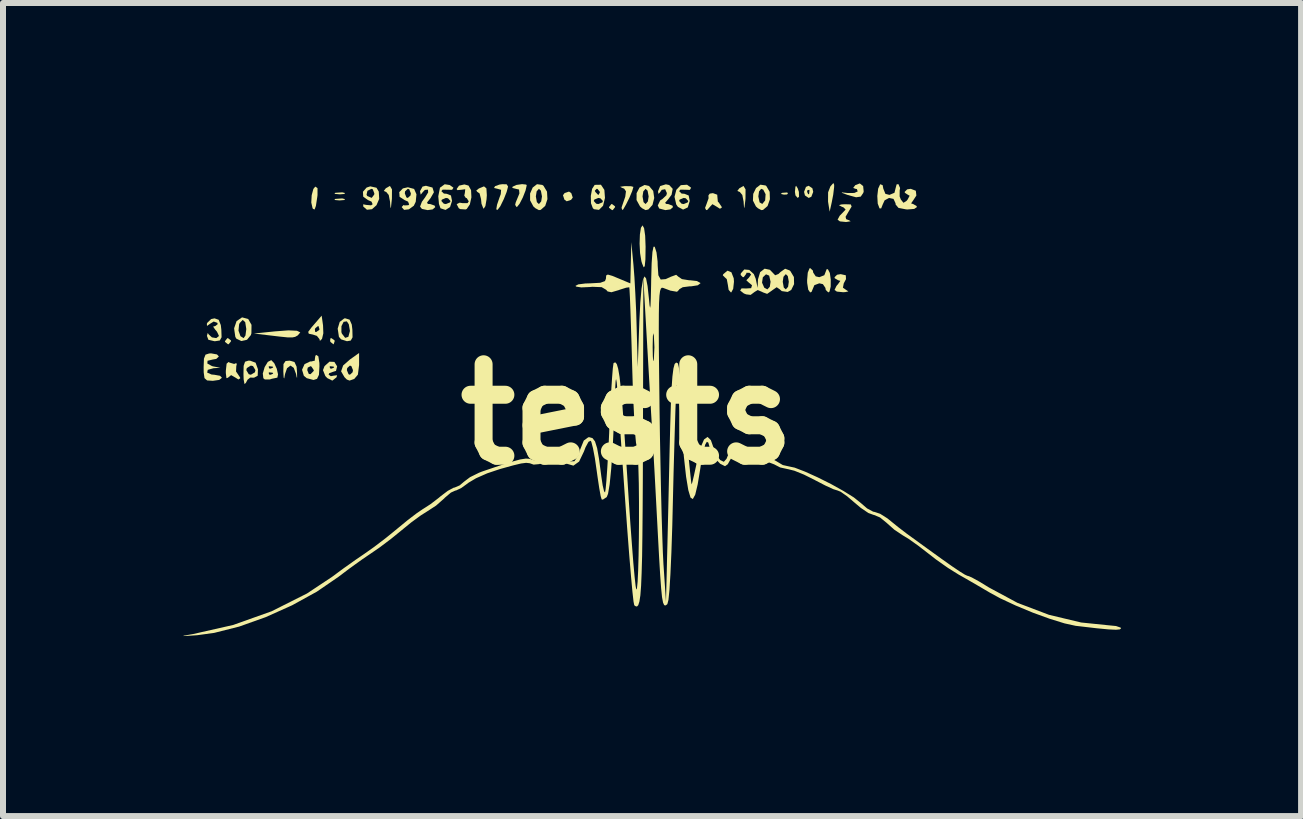
<source format=kicad_pcb>
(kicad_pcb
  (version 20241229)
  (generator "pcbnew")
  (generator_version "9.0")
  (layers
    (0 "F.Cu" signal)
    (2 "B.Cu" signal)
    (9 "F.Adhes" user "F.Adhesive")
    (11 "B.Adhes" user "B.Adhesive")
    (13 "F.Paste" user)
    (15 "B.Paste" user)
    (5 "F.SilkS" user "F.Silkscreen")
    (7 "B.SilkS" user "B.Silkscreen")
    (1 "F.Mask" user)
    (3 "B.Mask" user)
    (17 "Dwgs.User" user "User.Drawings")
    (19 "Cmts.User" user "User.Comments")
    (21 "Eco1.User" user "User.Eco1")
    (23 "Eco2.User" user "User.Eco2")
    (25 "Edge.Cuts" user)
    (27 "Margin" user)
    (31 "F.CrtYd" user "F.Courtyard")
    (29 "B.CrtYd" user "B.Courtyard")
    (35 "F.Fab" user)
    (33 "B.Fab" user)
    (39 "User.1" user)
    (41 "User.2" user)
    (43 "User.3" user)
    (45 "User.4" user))
  (footprint "tests"
    (layer "F.Cu")
    (at 7.405 3.856)
    (property "Reference" "tests" (at 0 0 0) (layer "F.SilkS") (effects (font (size 1.524 1.524) (thickness 0.3))))
    (attr board_only exclude_from_pos_files exclude_from_bom)
    (fp_poly (pts (xy 0.268 -2.257) (xy 0.268 -2.256) (xy 0.268 -2.261)) (stroke (width 0) (type solid)) (fill yes) (layer "F.SilkS"))
    (fp_poly (pts (xy 2.679 -3.688) (xy 2.663 -3.665) (xy 2.612 -3.662) (xy 2.558 -3.674) (xy 2.581 -3.692) (xy 2.661 -3.698)) (stroke (width 0) (type solid)) (fill yes) (layer "F.SilkS"))
    (fp_poly (pts (xy -6.605 -1.231) (xy -6.604 -1.219) (xy -6.643 -1.17) (xy -6.655 -1.168) (xy -6.704 -1.207) (xy -6.706 -1.219) (xy -6.667 -1.269) (xy -6.655 -1.27)) (stroke (width 0) (type solid)) (fill yes) (layer "F.SilkS"))
    (fp_poly (pts (xy -4.879 -1.233) (xy -4.877 -1.219) (xy -4.894 -1.17) (xy -4.899 -1.168) (xy -4.943 -1.204) (xy -4.953 -1.219) (xy -4.949 -1.266) (xy -4.931 -1.27)) (stroke (width 0) (type solid)) (fill yes) (layer "F.SilkS"))
    (fp_poly (pts (xy -4.711 -3.691) (xy -4.709 -3.674) (xy -4.789 -3.667) (xy -4.801 -3.668) (xy -4.879 -3.675) (xy -4.872 -3.69) (xy -4.863 -3.693) (xy -4.752 -3.7)) (stroke (width 0) (type solid)) (fill yes) (layer "F.SilkS"))
    (fp_poly (pts (xy -4.711 -3.589) (xy -4.709 -3.573) (xy -4.789 -3.566) (xy -4.801 -3.566) (xy -4.879 -3.573) (xy -4.872 -3.589) (xy -4.863 -3.591) (xy -4.752 -3.599)) (stroke (width 0) (type solid)) (fill yes) (layer "F.SilkS"))
    (fp_poly (pts (xy -0.933 -3.686) (xy -0.909 -3.613) (xy -0.937 -3.575) (xy -1.01 -3.551) (xy -1.048 -3.579) (xy -1.072 -3.652) (xy -1.044 -3.689) (xy -0.971 -3.713)) (stroke (width 0) (type solid)) (fill yes) (layer "F.SilkS"))
    (fp_poly (pts (xy -0.205 -3.467) (xy -0.203 -3.454) (xy -0.242 -3.405) (xy -0.254 -3.404) (xy -0.303 -3.442) (xy -0.305 -3.454) (xy -0.266 -3.504) (xy -0.254 -3.505)) (stroke (width 0) (type solid)) (fill yes) (layer "F.SilkS"))
    (fp_poly (pts (xy 2.84 -3.768) (xy 2.86 -3.708) (xy 2.862 -3.627) (xy 2.84 -3.607) (xy 2.803 -3.649) (xy 2.794 -3.708) (xy 2.802 -3.791) (xy 2.813 -3.81)) (stroke (width 0) (type solid)) (fill yes) (layer "F.SilkS"))
    (fp_poly (pts (xy 3.448 -3.825) (xy 3.447 -3.785) (xy 3.432 -3.66) (xy 3.407 -3.531) (xy 3.373 -3.378) (xy 3.346 -3.545) (xy 3.347 -3.701) (xy 3.385 -3.799) (xy 3.435 -3.856)) (stroke (width 0) (type solid)) (fill yes) (layer "F.SilkS"))
    (fp_poly (pts (xy -5.163 -3.77) (xy -5.163 -3.655) (xy -5.167 -3.622) (xy -5.19 -3.474) (xy -5.212 -3.414) (xy -5.239 -3.426) (xy -5.246 -3.438) (xy -5.267 -3.531) (xy -5.26 -3.653) (xy -5.232 -3.757) (xy -5.2 -3.796)) (stroke (width 0) (type solid)) (fill yes) (layer "F.SilkS"))
    (fp_poly (pts (xy -5.505 -1.393) (xy -5.45 -1.366) (xy -5.49 -1.318) (xy -5.494 -1.315) (xy -5.535 -1.292) (xy -5.583 -1.282) (xy -5.664 -1.283) (xy -5.801 -1.297) (xy -5.969 -1.317) (xy -6.223 -1.347) (xy -5.873 -1.383) (xy -5.647 -1.4)) (stroke (width 0) (type solid)) (fill yes) (layer "F.SilkS"))
    (fp_poly (pts (xy -3.922 -3.75) (xy -3.923 -3.599) (xy -3.925 -3.574) (xy -3.938 -3.456) (xy -3.946 -3.436) (xy -3.952 -3.508) (xy -3.954 -3.543) (xy -3.976 -3.656) (xy -4.019 -3.708) (xy -4.023 -3.708) (xy -4.058 -3.724) (xy -4.024 -3.769) (xy -3.956 -3.807)) (stroke (width 0) (type solid)) (fill yes) (layer "F.SilkS"))
    (fp_poly (pts (xy -2.348 -3.766) (xy -2.341 -3.652) (xy -2.346 -3.582) (xy -2.365 -3.471) (xy -2.392 -3.429) (xy -2.4 -3.433) (xy -2.43 -3.51) (xy -2.438 -3.59) (xy -2.462 -3.682) (xy -2.502 -3.71) (xy -2.517 -3.731) (xy -2.473 -3.765) (xy -2.388 -3.8)) (stroke (width 0) (type solid)) (fill yes) (layer "F.SilkS"))
    (fp_poly (pts (xy 1.735 -2.368) (xy 1.774 -2.268) (xy 1.778 -2.21) (xy 1.765 -2.092) (xy 1.734 -2.034) (xy 1.727 -2.032) (xy 1.689 -2.075) (xy 1.676 -2.159) (xy 1.658 -2.254) (xy 1.623 -2.286) (xy 1.592 -2.317) (xy 1.6 -2.337) (xy 1.67 -2.395)) (stroke (width 0) (type solid)) (fill yes) (layer "F.SilkS"))
    (fp_poly (pts (xy 1.971 -3.75) (xy 1.97 -3.599) (xy 1.968 -3.574) (xy 1.954 -3.456) (xy 1.947 -3.436) (xy 1.941 -3.508) (xy 1.939 -3.543) (xy 1.917 -3.656) (xy 1.874 -3.708) (xy 1.869 -3.708) (xy 1.834 -3.724) (xy 1.869 -3.769) (xy 1.937 -3.807)) (stroke (width 0) (type solid)) (fill yes) (layer "F.SilkS"))
    (fp_poly (pts (xy 0.28 -3.103) (xy 0.298 -2.977) (xy 0.305 -2.794) (xy 0.305 -2.794) (xy 0.302 -2.583) (xy 0.291 -2.47) (xy 0.273 -2.45) (xy 0.245 -2.519) (xy 0.235 -2.553) (xy 0.213 -2.687) (xy 0.205 -2.846) (xy 0.21 -2.997) (xy 0.227 -3.109) (xy 0.254 -3.15)) (stroke (width 0) (type solid)) (fill yes) (layer "F.SilkS"))
    (fp_poly (pts (xy -5.547 -0.872) (xy -5.512 -0.796) (xy -5.505 -0.711) (xy -5.503 -0.614) (xy -5.51 -0.615) (xy -5.521 -0.673) (xy -5.559 -0.775) (xy -5.613 -0.813) (xy -5.671 -0.769) (xy -5.704 -0.673) (xy -5.718 -0.598) (xy -5.727 -0.614) (xy -5.733 -0.717) (xy -5.73 -0.839) (xy -5.695 -0.889) (xy -5.626 -0.895)) (stroke (width 0) (type solid)) (fill yes) (layer "F.SilkS"))
    (fp_poly (pts (xy -2.01 -3.834) (xy -1.987 -3.797) (xy -2.011 -3.706) (xy -2.058 -3.588) (xy -2.116 -3.469) (xy -2.162 -3.408) (xy -2.184 -3.416) (xy -2.171 -3.493) (xy -2.128 -3.62) (xy -2.109 -3.67) (xy -2.103 -3.742) (xy -2.162 -3.759) (xy -2.221 -3.773) (xy -2.204 -3.803) (xy -2.129 -3.83) (xy -2.082 -3.836)) (stroke (width 0) (type solid)) (fill yes) (layer "F.SilkS"))
    (fp_poly (pts (xy 0.063 -3.802) (xy 0.102 -3.791) (xy 0.082 -3.722) (xy 0.036 -3.612) (xy -0.02 -3.499) (xy -0.066 -3.419) (xy -0.082 -3.404) (xy -0.096 -3.441) (xy -0.089 -3.467) (xy -0.034 -3.627) (xy -0.022 -3.717) (xy -0.052 -3.762) (xy -0.087 -3.775) (xy -0.119 -3.793) (xy -0.053 -3.803) (xy -0.038 -3.804)) (stroke (width 0) (type solid)) (fill yes) (layer "F.SilkS"))
    (fp_poly (pts (xy 3.085 -3.768) (xy 3.099 -3.708) (xy 3.067 -3.626) (xy 3.023 -3.607) (xy 2.961 -3.649) (xy 2.946 -3.708) (xy 2.997 -3.708) (xy 3.016 -3.667) (xy 3.031 -3.675) (xy 3.037 -3.735) (xy 3.031 -3.742) (xy 3.001 -3.735) (xy 2.997 -3.708) (xy 2.946 -3.708) (xy 2.978 -3.791) (xy 3.023 -3.81)) (stroke (width 0) (type solid)) (fill yes) (layer "F.SilkS"))
    (fp_poly (pts (xy -1.686 -3.83) (xy -1.676 -3.818) (xy -1.696 -3.73) (xy -1.741 -3.615) (xy -1.795 -3.51) (xy -1.839 -3.456) (xy -1.844 -3.454) (xy -1.869 -3.491) (xy -1.86 -3.531) (xy -1.811 -3.65) (xy -1.798 -3.683) (xy -1.804 -3.747) (xy -1.857 -3.759) (xy -1.916 -3.774) (xy -1.912 -3.794) (xy -1.846 -3.824) (xy -1.754 -3.837)) (stroke (width 0) (type solid)) (fill yes) (layer "F.SilkS"))
    (fp_poly (pts (xy 3.931 -3.805) (xy 3.94 -3.714) (xy 3.933 -3.691) (xy 3.891 -3.629) (xy 3.813 -3.618) (xy 3.675 -3.656) (xy 3.658 -3.662) (xy 3.573 -3.693) (xy 3.582 -3.699) (xy 3.672 -3.689) (xy 3.783 -3.69) (xy 3.84 -3.715) (xy 3.827 -3.755) (xy 3.803 -3.759) (xy 3.765 -3.774) (xy 3.8 -3.82) (xy 3.875 -3.849)) (stroke (width 0) (type solid)) (fill yes) (layer "F.SilkS"))
    (fp_poly (pts (xy 3.642 -2.318) (xy 3.645 -2.253) (xy 3.608 -2.184) (xy 3.594 -2.111) (xy 3.647 -2.074) (xy 3.685 -2.049) (xy 3.629 -2.037) (xy 3.594 -2.036) (xy 3.493 -2.046) (xy 3.454 -2.073) (xy 3.486 -2.14) (xy 3.515 -2.174) (xy 3.551 -2.225) (xy 3.515 -2.235) (xy 3.458 -2.268) (xy 3.454 -2.286) (xy 3.497 -2.327) (xy 3.556 -2.337)) (stroke (width 0) (type solid)) (fill yes) (layer "F.SilkS"))
    (fp_poly (pts (xy -6.627 -0.862) (xy -6.552 -0.84) (xy -6.528 -0.851) (xy -6.507 -0.846) (xy -6.517 -0.802) (xy -6.521 -0.714) (xy -6.5 -0.684) (xy -6.453 -0.614) (xy -6.452 -0.6) (xy -6.481 -0.581) (xy -6.532 -0.613) (xy -6.603 -0.654) (xy -6.651 -0.615) (xy -6.654 -0.611) (xy -6.681 -0.603) (xy -6.691 -0.689) (xy -6.691 -0.727) (xy -6.678 -0.845) (xy -6.645 -0.873)) (stroke (width 0) (type solid)) (fill yes) (layer "F.SilkS"))
    (fp_poly (pts (xy 1.499 -3.661) (xy 1.502 -3.623) (xy 1.509 -3.546) (xy 1.526 -3.529) (xy 1.573 -3.459) (xy 1.575 -3.445) (xy 1.544 -3.427) (xy 1.49 -3.461) (xy 1.419 -3.503) (xy 1.385 -3.467) (xy 1.385 -3.467) (xy 1.334 -3.408) (xy 1.315 -3.404) (xy 1.296 -3.44) (xy 1.321 -3.506) (xy 1.355 -3.602) (xy 1.352 -3.648) (xy 1.374 -3.679) (xy 1.427 -3.687)) (stroke (width 0) (type solid)) (fill yes) (layer "F.SilkS"))
    (fp_poly (pts (xy 3.725 -3.499) (xy 3.739 -3.464) (xy 3.69 -3.382) (xy 3.638 -3.293) (xy 3.648 -3.253) (xy 3.697 -3.235) (xy 3.723 -3.218) (xy 3.655 -3.207) (xy 3.645 -3.206) (xy 3.544 -3.216) (xy 3.505 -3.245) (xy 3.54 -3.31) (xy 3.586 -3.357) (xy 3.639 -3.413) (xy 3.604 -3.449) (xy 3.574 -3.461) (xy 3.527 -3.487) (xy 3.571 -3.499) (xy 3.625 -3.502)) (stroke (width 0) (type solid)) (fill yes) (layer "F.SilkS"))
    (fp_poly (pts (xy -4.47 -0.822) (xy -4.49 -0.662) (xy -4.551 -0.59) (xy -4.629 -0.563) (xy -4.674 -0.58) (xy -4.714 -0.62) (xy -4.77 -0.717) (xy -4.763 -0.737) (xy -4.674 -0.737) (xy -4.646 -0.669) (xy -4.623 -0.66) (xy -4.578 -0.702) (xy -4.572 -0.737) (xy -4.599 -0.804) (xy -4.623 -0.813) (xy -4.668 -0.772) (xy -4.674 -0.737) (xy -4.763 -0.737) (xy -4.736 -0.815) (xy -4.623 -0.914) (xy -4.47 -1.023)) (stroke (width 0) (type solid)) (fill yes) (layer "F.SilkS"))
    (fp_poly (pts (xy -5.071 -1.484) (xy -5.066 -1.351) (xy -5.088 -1.258) (xy -5.123 -1.224) (xy -5.13 -1.254) (xy -5.174 -1.308) (xy -5.241 -1.33) (xy -5.309 -1.344) (xy -5.318 -1.375) (xy -5.283 -1.422) (xy -5.207 -1.422) (xy -5.203 -1.376) (xy -5.185 -1.372) (xy -5.133 -1.408) (xy -5.131 -1.422) (xy -5.148 -1.472) (xy -5.153 -1.473) (xy -5.197 -1.438) (xy -5.207 -1.422) (xy -5.283 -1.422) (xy -5.264 -1.448) (xy -5.223 -1.495) (xy -5.094 -1.645)) (stroke (width 0) (type solid)) (fill yes) (layer "F.SilkS"))
    (fp_poly (pts (xy -3.247 -3.78) (xy -3.223 -3.702) (xy -3.279 -3.604) (xy -3.337 -3.532) (xy -3.325 -3.507) (xy -3.284 -3.505) (xy -3.212 -3.48) (xy -3.2 -3.454) (xy -3.244 -3.416) (xy -3.327 -3.404) (xy -3.423 -3.424) (xy -3.454 -3.463) (xy -3.423 -3.544) (xy -3.37 -3.616) (xy -3.319 -3.699) (xy -3.322 -3.745) (xy -3.374 -3.741) (xy -3.406 -3.707) (xy -3.443 -3.662) (xy -3.454 -3.714) (xy -3.454 -3.721) (xy -3.413 -3.796) (xy -3.356 -3.81)) (stroke (width 0) (type solid)) (fill yes) (layer "F.SilkS"))
    (fp_poly (pts (xy -2.646 -3.813) (xy -2.604 -3.737) (xy -2.598 -3.618) (xy -2.624 -3.499) (xy -2.676 -3.423) (xy -2.695 -3.415) (xy -2.785 -3.421) (xy -2.809 -3.436) (xy -2.844 -3.503) (xy -2.794 -3.528) (xy -2.743 -3.52) (xy -2.662 -3.521) (xy -2.642 -3.55) (xy -2.676 -3.604) (xy -2.691 -3.607) (xy -2.717 -3.645) (xy -2.707 -3.692) (xy -2.701 -3.752) (xy -2.76 -3.744) (xy -2.831 -3.737) (xy -2.845 -3.755) (xy -2.804 -3.812) (xy -2.715 -3.832)) (stroke (width 0) (type solid)) (fill yes) (layer "F.SilkS"))
    (fp_poly (pts (xy 0.363 -3.806) (xy 0.432 -3.724) (xy 0.449 -3.606) (xy 0.42 -3.491) (xy 0.352 -3.415) (xy 0.305 -3.404) (xy 0.247 -3.435) (xy 0.213 -3.465) (xy 0.154 -3.572) (xy 0.155 -3.632) (xy 0.254 -3.632) (xy 0.271 -3.537) (xy 0.305 -3.505) (xy 0.343 -3.549) (xy 0.356 -3.632) (xy 0.338 -3.728) (xy 0.305 -3.759) (xy 0.267 -3.716) (xy 0.254 -3.632) (xy 0.155 -3.632) (xy 0.155 -3.687) (xy 0.204 -3.78) (xy 0.287 -3.823)) (stroke (width 0) (type solid)) (fill yes) (layer "F.SilkS"))
    (fp_poly (pts (xy -1.417 -3.824) (xy -1.397 -3.81) (xy -1.338 -3.712) (xy -1.331 -3.587) (xy -1.368 -3.474) (xy -1.443 -3.408) (xy -1.473 -3.404) (xy -1.531 -3.435) (xy -1.565 -3.465) (xy -1.62 -3.567) (xy -1.62 -3.632) (xy -1.524 -3.632) (xy -1.507 -3.537) (xy -1.473 -3.505) (xy -1.435 -3.549) (xy -1.422 -3.632) (xy -1.44 -3.728) (xy -1.473 -3.759) (xy -1.511 -3.716) (xy -1.524 -3.632) (xy -1.62 -3.632) (xy -1.62 -3.681) (xy -1.577 -3.78) (xy -1.505 -3.836)) (stroke (width 0) (type solid)) (fill yes) (layer "F.SilkS"))
    (fp_poly (pts (xy 0.699 -3.822) (xy 0.757 -3.759) (xy 0.738 -3.66) (xy 0.682 -3.585) (xy 0.629 -3.524) (xy 0.652 -3.506) (xy 0.682 -3.505) (xy 0.752 -3.479) (xy 0.762 -3.454) (xy 0.719 -3.416) (xy 0.635 -3.404) (xy 0.532 -3.431) (xy 0.508 -3.481) (xy 0.549 -3.566) (xy 0.584 -3.588) (xy 0.652 -3.652) (xy 0.66 -3.688) (xy 0.631 -3.752) (xy 0.574 -3.742) (xy 0.542 -3.696) (xy 0.519 -3.675) (xy 0.512 -3.717) (xy 0.548 -3.805) (xy 0.643 -3.834)) (stroke (width 0) (type solid)) (fill yes) (layer "F.SilkS"))
    (fp_poly (pts (xy -6.318 -1.589) (xy -6.263 -1.492) (xy -6.265 -1.351) (xy -6.274 -1.321) (xy -6.338 -1.243) (xy -6.434 -1.222) (xy -6.516 -1.262) (xy -6.533 -1.292) (xy -6.548 -1.395) (xy -6.48 -1.395) (xy -6.447 -1.303) (xy -6.395 -1.27) (xy -6.364 -1.314) (xy -6.35 -1.421) (xy -6.35 -1.422) (xy -6.368 -1.537) (xy -6.41 -1.574) (xy -6.46 -1.522) (xy -6.47 -1.499) (xy -6.48 -1.395) (xy -6.548 -1.395) (xy -6.553 -1.434) (xy -6.512 -1.554) (xy -6.423 -1.615) (xy -6.418 -1.616)) (stroke (width 0) (type solid)) (fill yes) (layer "F.SilkS"))
    (fp_poly (pts (xy -4.882 -0.874) (xy -4.836 -0.8) (xy -4.855 -0.724) (xy -4.898 -0.711) (xy -4.968 -0.686) (xy -4.978 -0.662) (xy -4.941 -0.636) (xy -4.894 -0.645) (xy -4.837 -0.652) (xy -4.846 -0.618) (xy -4.916 -0.562) (xy -5 -0.604) (xy -5.033 -0.639) (xy -5.072 -0.737) (xy -5.049 -0.796) (xy -4.961 -0.796) (xy -4.954 -0.766) (xy -4.928 -0.762) (xy -4.886 -0.781) (xy -4.894 -0.796) (xy -4.954 -0.802) (xy -4.961 -0.796) (xy -5.049 -0.796) (xy -5.046 -0.804) (xy -4.964 -0.878)) (stroke (width 0) (type solid)) (fill yes) (layer "F.SilkS"))
    (fp_poly (pts (xy -4.628 -1.578) (xy -4.592 -1.496) (xy -4.582 -1.41) (xy -4.579 -1.284) (xy -4.609 -1.23) (xy -4.672 -1.219) (xy -4.77 -1.25) (xy -4.806 -1.292) (xy -4.818 -1.372) (xy -4.765 -1.372) (xy -4.757 -1.346) (xy -4.702 -1.275) (xy -4.649 -1.292) (xy -4.623 -1.388) (xy -4.623 -1.394) (xy -4.642 -1.502) (xy -4.674 -1.55) (xy -4.728 -1.542) (xy -4.764 -1.47) (xy -4.765 -1.372) (xy -4.818 -1.372) (xy -4.827 -1.428) (xy -4.793 -1.541) (xy -4.717 -1.599) (xy -4.699 -1.6)) (stroke (width 0) (type solid)) (fill yes) (layer "F.SilkS"))
    (fp_poly (pts (xy 2.304 -3.815) (xy 2.317 -3.806) (xy 2.373 -3.709) (xy 2.377 -3.585) (xy 2.338 -3.472) (xy 2.263 -3.408) (xy 2.235 -3.404) (xy 2.177 -3.435) (xy 2.144 -3.465) (xy 2.094 -3.563) (xy 2.097 -3.632) (xy 2.184 -3.632) (xy 2.205 -3.533) (xy 2.25 -3.507) (xy 2.298 -3.566) (xy 2.298 -3.569) (xy 2.305 -3.669) (xy 2.266 -3.745) (xy 2.231 -3.759) (xy 2.196 -3.716) (xy 2.184 -3.632) (xy 2.097 -3.632) (xy 2.099 -3.675) (xy 2.146 -3.772) (xy 2.219 -3.828)) (stroke (width 0) (type solid)) (fill yes) (layer "F.SilkS"))
    (fp_poly (pts (xy -6.287 -0.895) (xy -6.195 -0.861) (xy -6.157 -0.755) (xy -6.156 -0.749) (xy -6.16 -0.644) (xy -6.221 -0.611) (xy -6.285 -0.613) (xy -6.33 -0.576) (xy -6.357 -0.524) (xy -6.38 -0.505) (xy -6.394 -0.582) (xy -6.397 -0.666) (xy -6.396 -0.737) (xy -6.35 -0.737) (xy -6.309 -0.669) (xy -6.274 -0.66) (xy -6.206 -0.701) (xy -6.198 -0.737) (xy -6.238 -0.804) (xy -6.274 -0.813) (xy -6.341 -0.772) (xy -6.35 -0.737) (xy -6.396 -0.737) (xy -6.394 -0.809) (xy -6.371 -0.877) (xy -6.316 -0.895)) (stroke (width 0) (type solid)) (fill yes) (layer "F.SilkS"))
    (fp_poly (pts (xy -6.839 -0.999) (xy -6.807 -0.965) (xy -6.85 -0.924) (xy -6.909 -0.914) (xy -6.996 -0.893) (xy -6.999 -0.847) (xy -6.921 -0.804) (xy -6.896 -0.798) (xy -6.782 -0.776) (xy -6.896 -0.769) (xy -6.992 -0.742) (xy -7.002 -0.696) (xy -6.929 -0.664) (xy -6.883 -0.66) (xy -6.788 -0.643) (xy -6.756 -0.61) (xy -6.801 -0.574) (xy -6.907 -0.559) (xy -6.909 -0.559) (xy -7.003 -0.565) (xy -7.047 -0.604) (xy -7.06 -0.701) (xy -7.061 -0.787) (xy -7.056 -0.928) (xy -7.03 -0.995) (xy -6.968 -1.015) (xy -6.934 -1.016)) (stroke (width 0) (type solid)) (fill yes) (layer "F.SilkS"))
    (fp_poly (pts (xy -5.149 -0.967) (xy -5.132 -0.856) (xy -5.131 -0.801) (xy -5.139 -0.659) (xy -5.171 -0.592) (xy -5.229 -0.573) (xy -5.343 -0.603) (xy -5.391 -0.643) (xy -5.419 -0.737) (xy -5.334 -0.737) (xy -5.308 -0.673) (xy -5.279 -0.67) (xy -5.227 -0.723) (xy -5.225 -0.737) (xy -5.264 -0.796) (xy -5.279 -0.803) (xy -5.326 -0.779) (xy -5.334 -0.737) (xy -5.419 -0.737) (xy -5.421 -0.743) (xy -5.379 -0.837) (xy -5.285 -0.882) (xy -5.264 -0.882) (xy -5.207 -0.896) (xy -5.208 -0.917) (xy -5.199 -0.977) (xy -5.182 -0.99)) (stroke (width 0) (type solid)) (fill yes) (layer "F.SilkS"))
    (fp_poly (pts (xy 3.093 -2.397) (xy 3.099 -2.362) (xy 3.141 -2.3) (xy 3.2 -2.286) (xy 3.284 -2.319) (xy 3.302 -2.365) (xy 3.323 -2.42) (xy 3.344 -2.418) (xy 3.376 -2.356) (xy 3.391 -2.246) (xy 3.39 -2.129) (xy 3.371 -2.047) (xy 3.351 -2.032) (xy 3.308 -2.073) (xy 3.302 -2.108) (xy 3.26 -2.17) (xy 3.2 -2.184) (xy 3.118 -2.153) (xy 3.099 -2.108) (xy 3.071 -2.041) (xy 3.048 -2.032) (xy 3.016 -2.077) (xy 2.998 -2.19) (xy 2.997 -2.235) (xy 3.008 -2.362) (xy 3.037 -2.433) (xy 3.048 -2.438)) (stroke (width 0) (type solid)) (fill yes) (layer "F.SilkS"))
    (fp_poly (pts (xy -6.81 -1.576) (xy -6.775 -1.488) (xy -6.766 -1.41) (xy -6.762 -1.285) (xy -6.792 -1.231) (xy -6.871 -1.219) (xy -6.88 -1.219) (xy -6.982 -1.243) (xy -7.006 -1.308) (xy -6.993 -1.356) (xy -6.977 -1.333) (xy -6.923 -1.283) (xy -6.85 -1.271) (xy -6.808 -1.303) (xy -6.807 -1.311) (xy -6.839 -1.378) (xy -6.868 -1.412) (xy -6.903 -1.462) (xy -6.865 -1.473) (xy -6.826 -1.504) (xy -6.834 -1.526) (xy -6.893 -1.547) (xy -6.947 -1.514) (xy -7.005 -1.474) (xy -7.007 -1.509) (xy -7.002 -1.524) (xy -6.936 -1.588) (xy -6.879 -1.6)) (stroke (width 0) (type solid)) (fill yes) (layer "F.SilkS"))
    (fp_poly (pts (xy -4.18 -3.777) (xy -4.142 -3.713) (xy -4.135 -3.591) (xy -4.18 -3.486) (xy -4.255 -3.419) (xy -4.339 -3.41) (xy -4.4 -3.463) (xy -4.402 -3.501) (xy -4.353 -3.491) (xy -4.27 -3.484) (xy -4.244 -3.502) (xy -4.264 -3.546) (xy -4.323 -3.572) (xy -4.401 -3.628) (xy -4.403 -3.66) (xy -4.346 -3.66) (xy -4.334 -3.639) (xy -4.26 -3.608) (xy -4.218 -3.663) (xy -4.216 -3.683) (xy -4.242 -3.751) (xy -4.264 -3.759) (xy -4.331 -3.726) (xy -4.346 -3.66) (xy -4.403 -3.66) (xy -4.406 -3.71) (xy -4.345 -3.78) (xy -4.284 -3.8)) (stroke (width 0) (type solid)) (fill yes) (layer "F.SilkS"))
    (fp_poly (pts (xy -3.553 -3.757) (xy -3.514 -3.668) (xy -3.526 -3.543) (xy -3.558 -3.477) (xy -3.64 -3.417) (xy -3.72 -3.408) (xy -3.759 -3.453) (xy -3.759 -3.457) (xy -3.729 -3.489) (xy -3.712 -3.482) (xy -3.647 -3.486) (xy -3.636 -3.499) (xy -3.654 -3.545) (xy -3.713 -3.572) (xy -3.795 -3.626) (xy -3.799 -3.683) (xy -3.708 -3.683) (xy -3.681 -3.615) (xy -3.658 -3.607) (xy -3.613 -3.648) (xy -3.607 -3.683) (xy -3.634 -3.751) (xy -3.658 -3.759) (xy -3.703 -3.718) (xy -3.708 -3.683) (xy -3.799 -3.683) (xy -3.801 -3.703) (xy -3.74 -3.766) (xy -3.657 -3.785)) (stroke (width 0) (type solid)) (fill yes) (layer "F.SilkS"))
    (fp_poly (pts (xy 0.999 -3.825) (xy 1.064 -3.777) (xy 1.043 -3.741) (xy 0.965 -3.744) (xy 0.884 -3.745) (xy 0.864 -3.72) (xy 0.905 -3.68) (xy 0.953 -3.676) (xy 1.023 -3.648) (xy 1.041 -3.557) (xy 1.008 -3.449) (xy 0.93 -3.413) (xy 0.844 -3.458) (xy 0.816 -3.498) (xy 0.803 -3.556) (xy 0.864 -3.556) (xy 0.905 -3.511) (xy 0.94 -3.505) (xy 1.007 -3.533) (xy 1.016 -3.556) (xy 0.975 -3.601) (xy 0.94 -3.607) (xy 0.872 -3.579) (xy 0.864 -3.556) (xy 0.803 -3.556) (xy 0.787 -3.626) (xy 0.818 -3.743) (xy 0.892 -3.82) (xy 0.994 -3.827)) (stroke (width 0) (type solid)) (fill yes) (layer "F.SilkS"))
    (fp_poly (pts (xy -2.959 -3.822) (xy -2.897 -3.777) (xy -2.92 -3.742) (xy -2.997 -3.744) (xy -3.078 -3.745) (xy -3.099 -3.72) (xy -3.057 -3.68) (xy -3.01 -3.676) (xy -2.939 -3.648) (xy -2.921 -3.557) (xy -2.954 -3.455) (xy -3.029 -3.407) (xy -3.112 -3.434) (xy -3.114 -3.436) (xy -3.139 -3.507) (xy -3.143 -3.556) (xy -3.099 -3.556) (xy -3.058 -3.511) (xy -3.023 -3.505) (xy -2.955 -3.533) (xy -2.946 -3.556) (xy -2.988 -3.601) (xy -3.023 -3.607) (xy -3.09 -3.579) (xy -3.099 -3.556) (xy -3.143 -3.556) (xy -3.15 -3.63) (xy -3.15 -3.636) (xy -3.122 -3.778) (xy -3.043 -3.835)) (stroke (width 0) (type solid)) (fill yes) (layer "F.SilkS"))
    (fp_poly (pts (xy -5.933 -0.903) (xy -5.884 -0.852) (xy -5.842 -0.76) (xy -5.821 -0.667) (xy -5.832 -0.612) (xy -5.842 -0.61) (xy -5.924 -0.593) (xy -5.96 -0.581) (xy -6.042 -0.582) (xy -6.066 -0.602) (xy -6.075 -0.683) (xy -6.071 -0.694) (xy -5.977 -0.694) (xy -5.97 -0.664) (xy -5.944 -0.66) (xy -5.902 -0.679) (xy -5.91 -0.694) (xy -5.97 -0.7) (xy -5.977 -0.694) (xy -6.071 -0.694) (xy -6.044 -0.788) (xy -6.039 -0.796) (xy -5.977 -0.796) (xy -5.97 -0.766) (xy -5.944 -0.762) (xy -5.902 -0.781) (xy -5.91 -0.796) (xy -5.97 -0.802) (xy -5.977 -0.796) (xy -6.039 -0.796) (xy -5.991 -0.875) (xy -5.935 -0.903)) (stroke (width 0) (type solid)) (fill yes) (layer "F.SilkS"))
    (fp_poly (pts (xy -0.382 -3.741) (xy -0.372 -3.607) (xy -0.404 -3.476) (xy -0.472 -3.408) (xy -0.554 -3.419) (xy -0.574 -3.436) (xy -0.605 -3.518) (xy -0.606 -3.556) (xy -0.559 -3.556) (xy -0.518 -3.511) (xy -0.483 -3.505) (xy -0.415 -3.533) (xy -0.406 -3.556) (xy -0.448 -3.601) (xy -0.483 -3.607) (xy -0.55 -3.579) (xy -0.559 -3.556) (xy -0.606 -3.556) (xy -0.608 -3.641) (xy -0.592 -3.728) (xy -0.541 -3.728) (xy -0.533 -3.708) (xy -0.488 -3.66) (xy -0.48 -3.658) (xy -0.458 -3.697) (xy -0.457 -3.708) (xy -0.496 -3.757) (xy -0.511 -3.759) (xy -0.541 -3.728) (xy -0.592 -3.728) (xy -0.586 -3.759) (xy -0.544 -3.824) (xy -0.541 -3.825) (xy -0.439 -3.827)) (stroke (width 0) (type solid)) (fill yes) (layer "F.SilkS"))
    (fp_poly (pts (xy 4.547 -3.771) (xy 4.54 -3.735) (xy 4.539 -3.633) (xy 4.559 -3.581) (xy 4.603 -3.526) (xy 4.652 -3.556) (xy 4.671 -3.578) (xy 4.706 -3.644) (xy 4.68 -3.658) (xy 4.626 -3.693) (xy 4.623 -3.708) (xy 4.665 -3.75) (xy 4.724 -3.759) (xy 4.809 -3.727) (xy 4.818 -3.647) (xy 4.765 -3.566) (xy 4.73 -3.516) (xy 4.765 -3.505) (xy 4.822 -3.472) (xy 4.826 -3.454) (xy 4.782 -3.424) (xy 4.672 -3.415) (xy 4.648 -3.416) (xy 4.52 -3.441) (xy 4.472 -3.498) (xy 4.471 -3.518) (xy 4.437 -3.591) (xy 4.363 -3.607) (xy 4.289 -3.567) (xy 4.258 -3.5) (xy 4.231 -3.432) (xy 4.204 -3.433) (xy 4.174 -3.513) (xy 4.167 -3.639) (xy 4.181 -3.761) (xy 4.214 -3.834) (xy 4.216 -3.835) (xy 4.256 -3.82) (xy 4.267 -3.762) (xy 4.302 -3.675) (xy 4.369 -3.658) (xy 4.453 -3.693) (xy 4.47 -3.762) (xy 4.489 -3.833) (xy 4.519 -3.837)) (stroke (width 0) (type solid)) (fill yes) (layer "F.SilkS"))
    (fp_poly (pts (xy 2.377 -2.409) (xy 2.412 -2.373) (xy 2.465 -2.318) (xy 2.52 -2.34) (xy 2.554 -2.373) (xy 2.631 -2.427) (xy 2.703 -2.4) (xy 2.718 -2.388) (xy 2.777 -2.289) (xy 2.78 -2.17) (xy 2.732 -2.073) (xy 2.673 -2.04) (xy 2.575 -2.054) (xy 2.538 -2.086) (xy 2.49 -2.119) (xy 2.419 -2.07) (xy 2.412 -2.064) (xy 2.331 -2.008) (xy 2.258 -2.034) (xy 2.253 -2.038) (xy 2.174 -2.072) (xy 2.121 -2.04) (xy 2.056 -1.991) (xy 1.981 -2) (xy 1.943 -2.015) (xy 1.881 -2.064) (xy 1.905 -2.1) (xy 1.981 -2.098) (xy 2.064 -2.103) (xy 2.079 -2.152) (xy 2.019 -2.202) (xy 1.984 -2.235) (xy 2.025 -2.276) (xy 2.064 -2.33) (xy 2.037 -2.359) (xy 1.987 -2.36) (xy 1.981 -2.34) (xy 1.942 -2.288) (xy 1.926 -2.286) (xy 1.889 -2.323) (xy 1.892 -2.349) (xy 1.95 -2.415) (xy 2.033 -2.407) (xy 2.109 -2.338) (xy 2.14 -2.261) (xy 2.172 -2.108) (xy 2.176 -2.195) (xy 2.246 -2.195) (xy 2.283 -2.111) (xy 2.335 -2.083) (xy 2.375 -2.126) (xy 2.388 -2.21) (xy 2.591 -2.21) (xy 2.608 -2.114) (xy 2.642 -2.083) (xy 2.68 -2.126) (xy 2.692 -2.21) (xy 2.675 -2.305) (xy 2.642 -2.337) (xy 2.603 -2.293) (xy 2.591 -2.21) (xy 2.388 -2.21) (xy 2.365 -2.312) (xy 2.312 -2.334) (xy 2.259 -2.284) (xy 2.246 -2.195) (xy 2.176 -2.195) (xy 2.178 -2.249) (xy 2.214 -2.37) (xy 2.289 -2.428)) (stroke (width 0) (type solid)) (fill yes) (layer "F.SilkS"))
    (fp_poly (pts (xy 0.103 -2.489) (xy 0.119 -2.284) (xy 0.134 -2.013) (xy 0.148 -1.714) (xy 0.156 -1.448) (xy 0.174 -0.787) (xy 0.201 -1.549) (xy 0.217 -1.862) (xy 0.237 -2.094) (xy 0.261 -2.241) (xy 0.268 -2.256) (xy 0.261 0.442) (xy 0.259 1.057) (xy 0.256 1.578) (xy 0.252 2.011) (xy 0.247 2.365) (xy 0.239 2.645) (xy 0.23 2.86) (xy 0.218 3.016) (xy 0.202 3.12) (xy 0.183 3.18) (xy 0.161 3.203) (xy 0.134 3.196) (xy 0.116 3.181) (xy 0.104 3.121) (xy 0.086 2.96) (xy 0.062 2.7) (xy 0.032 2.341) (xy -0.003 1.884) (xy -0.043 1.33) (xy -0.089 0.68) (xy -0.14 -0.065) (xy -0.144 -0.127) (xy -0.162 -0.377) (xy -0.176 -0.53) (xy -0.187 -0.589) (xy -0.194 -0.558) (xy -0.2 -0.457) (xy -0.221 0.095) (xy -0.243 0.55) (xy -0.268 0.907) (xy -0.294 1.166) (xy -0.321 1.325) (xy -0.343 1.379) (xy -0.407 1.421) (xy -0.427 1.418) (xy -0.444 1.361) (xy -0.468 1.227) (xy -0.496 1.04) (xy -0.51 0.939) (xy -0.54 0.732) (xy -0.572 0.564) (xy -0.599 0.46) (xy -0.609 0.44) (xy -0.646 0.457) (xy -0.696 0.549) (xy -0.722 0.618) (xy -0.803 0.787) (xy -0.898 0.855) (xy -1.008 0.823) (xy -1.1 0.732) (xy -1.214 0.589) (xy -1.346 0.731) (xy -1.465 0.829) (xy -1.562 0.838) (xy -1.564 0.837) (xy -1.625 0.815) (xy -1.686 0.808) (xy -1.771 0.819) (xy -1.904 0.851) (xy -2.109 0.908) (xy -2.129 0.914) (xy -2.335 0.983) (xy -2.521 1.065) (xy -2.649 1.141) (xy -2.654 1.146) (xy -2.766 1.227) (xy -2.854 1.269) (xy -2.865 1.27) (xy -2.94 1.304) (xy -3.039 1.388) (xy -3.052 1.402) (xy -3.186 1.52) (xy -3.327 1.612) (xy -3.444 1.686) (xy -3.601 1.801) (xy -3.759 1.93) (xy -3.94 2.077) (xy -4.13 2.22) (xy -4.267 2.314) (xy -4.424 2.421) (xy -4.619 2.561) (xy -4.81 2.705) (xy -4.815 2.709) (xy -5.174 2.955) (xy -5.586 3.182) (xy -6.027 3.38) (xy -6.468 3.537) (xy -6.884 3.642) (xy -7.168 3.681) (xy -7.335 3.692) (xy -7.405 3.695) (xy -7.384 3.687) (xy -7.274 3.668) (xy -7.239 3.662) (xy -6.568 3.51) (xy -5.928 3.282) (xy -5.339 2.986) (xy -4.92 2.708) (xy -4.728 2.566) (xy -4.532 2.427) (xy -4.374 2.319) (xy -4.37 2.316) (xy -4.217 2.208) (xy -4.027 2.063) (xy -3.84 1.911) (xy -3.828 1.901) (xy -3.664 1.766) (xy -3.515 1.652) (xy -3.408 1.579) (xy -3.395 1.571) (xy -3.28 1.497) (xy -3.143 1.392) (xy -3.11 1.364) (xy -2.992 1.275) (xy -2.898 1.224) (xy -2.876 1.219) (xy -2.794 1.184) (xy -2.723 1.124) (xy -2.621 1.047) (xy -2.471 0.973) (xy -2.423 0.954) (xy -2.137 0.857) (xy -1.93 0.791) (xy -1.787 0.752) (xy -1.691 0.737) (xy -1.625 0.741) (xy -1.582 0.758) (xy -1.498 0.777) (xy -1.411 0.725) (xy -1.37 0.684) (xy -1.251 0.583) (xy -1.157 0.573) (xy -1.067 0.655) (xy -1.044 0.689) (xy -0.957 0.784) (xy -0.881 0.781) (xy -0.816 0.678) (xy -0.783 0.58) (xy -0.725 0.437) (xy -0.65 0.382) (xy -0.633 0.381) (xy -0.58 0.396) (xy -0.538 0.451) (xy -0.503 0.562) (xy -0.471 0.743) (xy -0.436 1.009) (xy -0.433 1.033) (xy -0.41 1.185) (xy -0.387 1.282) (xy -0.371 1.302) (xy -0.361 1.245) (xy -0.348 1.103) (xy -0.333 0.889) (xy -0.317 0.621) (xy -0.302 0.312) (xy -0.299 0.222) (xy -0.284 -0.094) (xy -0.269 -0.375) (xy -0.254 -0.605) (xy -0.241 -0.769) (xy -0.23 -0.85) (xy -0.227 -0.856) (xy -0.2 -0.867) (xy -0.175 -0.838) (xy -0.152 -0.76) (xy -0.129 -0.625) (xy -0.107 -0.426) (xy -0.082 -0.155) (xy -0.056 0.196) (xy -0.027 0.635) (xy -0.002 1.016) (xy 0.025 1.438) (xy 0.052 1.83) (xy 0.078 2.181) (xy 0.101 2.478) (xy 0.122 2.709) (xy 0.139 2.861) (xy 0.15 2.921) (xy 0.161 2.901) (xy 0.172 2.793) (xy 0.181 2.607) (xy 0.188 2.357) (xy 0.193 2.055) (xy 0.195 1.807) (xy 0.195 1.464) (xy 0.192 1.154) (xy 0.185 0.892) (xy 0.177 0.692) (xy 0.166 0.569) (xy 0.158 0.537) (xy 0.145 0.473) (xy 0.131 0.322) (xy 0.117 0.098) (xy 0.103 -0.185) (xy 0.09 -0.513) (xy 0.081 -0.811) (xy 0.071 -1.162) (xy 0.061 -1.478) (xy 0.052 -1.745) (xy 0.044 -1.95) (xy 0.037 -2.079) (xy 0.033 -2.118) (xy -0.019 -2.111) (xy -0.127 -2.077) (xy -0.145 -2.07) (xy -0.265 -2.035) (xy -0.329 -2.049) (xy -0.352 -2.076) (xy -0.427 -2.12) (xy -0.582 -2.126) (xy -0.629 -2.122) (xy -0.767 -2.116) (xy -0.851 -2.129) (xy -0.864 -2.141) (xy -0.818 -2.166) (xy -0.701 -2.181) (xy -0.61 -2.184) (xy -0.45 -2.193) (xy -0.372 -2.221) (xy -0.356 -2.261) (xy -0.352 -2.315) (xy -0.325 -2.33) (xy -0.249 -2.308) (xy -0.133 -2.26) (xy 0.051 -2.183) (xy 0.059 -2.527) (xy 0.067 -2.87)) (stroke (width 0) (type solid)) (fill yes) (layer "F.SilkS"))
    (fp_poly (pts (xy 0.487 -2.699) (xy 0.505 -2.549) (xy 0.507 -2.477) (xy 0.518 -2.318) (xy 0.557 -2.247) (xy 0.64 -2.254) (xy 0.725 -2.293) (xy 0.815 -2.326) (xy 0.853 -2.293) (xy 0.911 -2.254) (xy 1.029 -2.235) (xy 1.046 -2.235) (xy 1.161 -2.222) (xy 1.218 -2.19) (xy 1.219 -2.184) (xy 1.175 -2.151) (xy 1.065 -2.134) (xy 1.041 -2.134) (xy 0.924 -2.119) (xy 0.865 -2.084) (xy 0.864 -2.077) (xy 0.829 -2.043) (xy 0.719 -2.062) (xy 0.599 -2.107) (xy 0.577 -2.111) (xy 0.56 -2.096) (xy 0.546 -2.055) (xy 0.536 -1.977) (xy 0.529 -1.853) (xy 0.526 -1.676) (xy 0.525 -1.434) (xy 0.526 -1.121) (xy 0.53 -0.726) (xy 0.536 -0.24) (xy 0.537 -0.119) (xy 0.544 0.354) (xy 0.553 0.82) (xy 0.562 1.264) (xy 0.572 1.669) (xy 0.583 2.021) (xy 0.593 2.304) (xy 0.603 2.502) (xy 0.604 2.515) (xy 0.645 3.124) (xy 0.658 2.616) (xy 0.662 2.428) (xy 0.669 2.158) (xy 0.677 1.825) (xy 0.686 1.449) (xy 0.695 1.048) (xy 0.704 0.652) (xy 0.715 0.201) (xy 0.726 -0.158) (xy 0.738 -0.432) (xy 0.752 -0.631) (xy 0.769 -0.764) (xy 0.789 -0.839) (xy 0.814 -0.864) (xy 0.843 -0.85) (xy 0.844 -0.849) (xy 0.858 -0.791) (xy 0.88 -0.648) (xy 0.906 -0.436) (xy 0.935 -0.17) (xy 0.966 0.132) (xy 0.969 0.163) (xy 0.998 0.467) (xy 1.024 0.736) (xy 1.046 0.953) (xy 1.062 1.102) (xy 1.07 1.167) (xy 1.07 1.168) (xy 1.083 1.135) (xy 1.11 1.023) (xy 1.147 0.854) (xy 1.161 0.787) (xy 1.219 0.557) (xy 1.279 0.419) (xy 1.338 0.376) (xy 1.393 0.43) (xy 1.432 0.54) (xy 1.484 0.672) (xy 1.548 0.761) (xy 1.609 0.791) (xy 1.654 0.741) (xy 1.674 0.691) (xy 1.742 0.584) (xy 1.837 0.568) (xy 1.967 0.636) (xy 2.1 0.69) (xy 2.23 0.702) (xy 2.38 0.723) (xy 2.478 0.777) (xy 2.592 0.845) (xy 2.677 0.864) (xy 2.789 0.888) (xy 2.963 0.955) (xy 3.173 1.05) (xy 3.395 1.161) (xy 3.603 1.277) (xy 3.775 1.384) (xy 3.883 1.47) (xy 3.884 1.471) (xy 3.997 1.568) (xy 4.098 1.622) (xy 4.12 1.626) (xy 4.214 1.657) (xy 4.336 1.734) (xy 4.368 1.76) (xy 4.515 1.879) (xy 4.661 1.991) (xy 4.675 2.001) (xy 4.992 2.231) (xy 5.236 2.407) (xy 5.417 2.535) (xy 5.543 2.62) (xy 5.624 2.67) (xy 5.668 2.691) (xy 5.677 2.692) (xy 5.741 2.718) (xy 5.863 2.785) (xy 6.019 2.88) (xy 6.025 2.884) (xy 6.504 3.142) (xy 7.028 3.341) (xy 7.564 3.469) (xy 8.014 3.515) (xy 8.146 3.528) (xy 8.222 3.554) (xy 8.23 3.566) (xy 8.21 3.584) (xy 8.145 3.59) (xy 8.019 3.584) (xy 7.821 3.565) (xy 7.538 3.532) (xy 7.475 3.525) (xy 7.288 3.484) (xy 7.04 3.407) (xy 6.759 3.305) (xy 6.475 3.187) (xy 6.216 3.066) (xy 6.045 2.973) (xy 5.846 2.856) (xy 5.635 2.734) (xy 5.522 2.67) (xy 5.347 2.561) (xy 5.147 2.42) (xy 5.008 2.312) (xy 4.845 2.186) (xy 4.691 2.077) (xy 4.591 2.016) (xy 4.45 1.922) (xy 4.322 1.808) (xy 4.213 1.719) (xy 4.113 1.677) (xy 4.105 1.676) (xy 4.018 1.644) (xy 3.892 1.559) (xy 3.79 1.473) (xy 3.662 1.364) (xy 3.556 1.29) (xy 3.507 1.27) (xy 3.434 1.247) (xy 3.301 1.186) (xy 3.135 1.1) (xy 3.121 1.092) (xy 2.944 1.004) (xy 2.786 0.94) (xy 2.682 0.914) (xy 2.68 0.914) (xy 2.548 0.885) (xy 2.447 0.833) (xy 2.305 0.779) (xy 2.213 0.782) (xy 2.065 0.769) (xy 1.967 0.711) (xy 1.855 0.631) (xy 1.792 0.623) (xy 1.747 0.688) (xy 1.727 0.737) (xy 1.675 0.831) (xy 1.629 0.864) (xy 1.548 0.823) (xy 1.458 0.729) (xy 1.389 0.618) (xy 1.372 0.549) (xy 1.351 0.472) (xy 1.326 0.457) (xy 1.299 0.504) (xy 1.266 0.629) (xy 1.231 0.809) (xy 1.217 0.902) (xy 1.173 1.169) (xy 1.132 1.339) (xy 1.092 1.412) (xy 1.054 1.387) (xy 1.017 1.263) (xy 0.98 1.039) (xy 0.944 0.715) (xy 0.912 0.344) (xy 0.889 0.065) (xy 0.867 -0.173) (xy 0.847 -0.354) (xy 0.832 -0.463) (xy 0.825 -0.486) (xy 0.819 -0.432) (xy 0.811 -0.289) (xy 0.802 -0.067) (xy 0.793 0.222) (xy 0.783 0.566) (xy 0.772 0.953) (xy 0.763 1.321) (xy 0.75 1.856) (xy 0.735 2.304) (xy 0.719 2.661) (xy 0.703 2.925) (xy 0.686 3.093) (xy 0.668 3.162) (xy 0.668 3.163) (xy 0.639 3.185) (xy 0.615 3.18) (xy 0.596 3.138) (xy 0.579 3.047) (xy 0.564 2.897) (xy 0.548 2.677) (xy 0.53 2.377) (xy 0.51 2.007) (xy 0.491 1.649) (xy 0.472 1.292) (xy 0.454 0.958) (xy 0.438 0.675) (xy 0.426 0.466) (xy 0.425 0.457) (xy 0.414 0.257) (xy 0.397 -0.021) (xy 0.378 -0.351) (xy 0.357 -0.711) (xy 0.336 -1.076) (xy 0.333 -1.118) (xy 0.423 -1.118) (xy 0.426 -0.965) (xy 0.432 -0.889) (xy 0.44 -0.9) (xy 0.443 -0.927) (xy 0.452 -1.118) (xy 0.443 -1.308) (xy 0.434 -1.353) (xy 0.427 -1.306) (xy 0.424 -1.18) (xy 0.423 -1.118) (xy 0.333 -1.118) (xy 0.332 -1.143) (xy 0.268 -2.257) (xy 0.286 -2.299) (xy 0.313 -2.266) (xy 0.338 -2.138) (xy 0.359 -1.944) (xy 0.371 -1.82) (xy 0.38 -1.774) (xy 0.387 -1.812) (xy 0.392 -1.938) (xy 0.397 -2.16) (xy 0.398 -2.235) (xy 0.406 -2.52) (xy 0.419 -2.705) (xy 0.437 -2.794) (xy 0.457 -2.794)) (stroke (width 0) (type solid)) (fill yes) (layer "F.SilkS")))
  (gr_rect
    (start -3 -3)
    (end 18.635 10.551)
    (stroke (width 0.1) (type default))
    (fill no)
    (layer "Edge.Cuts")))
</source>
